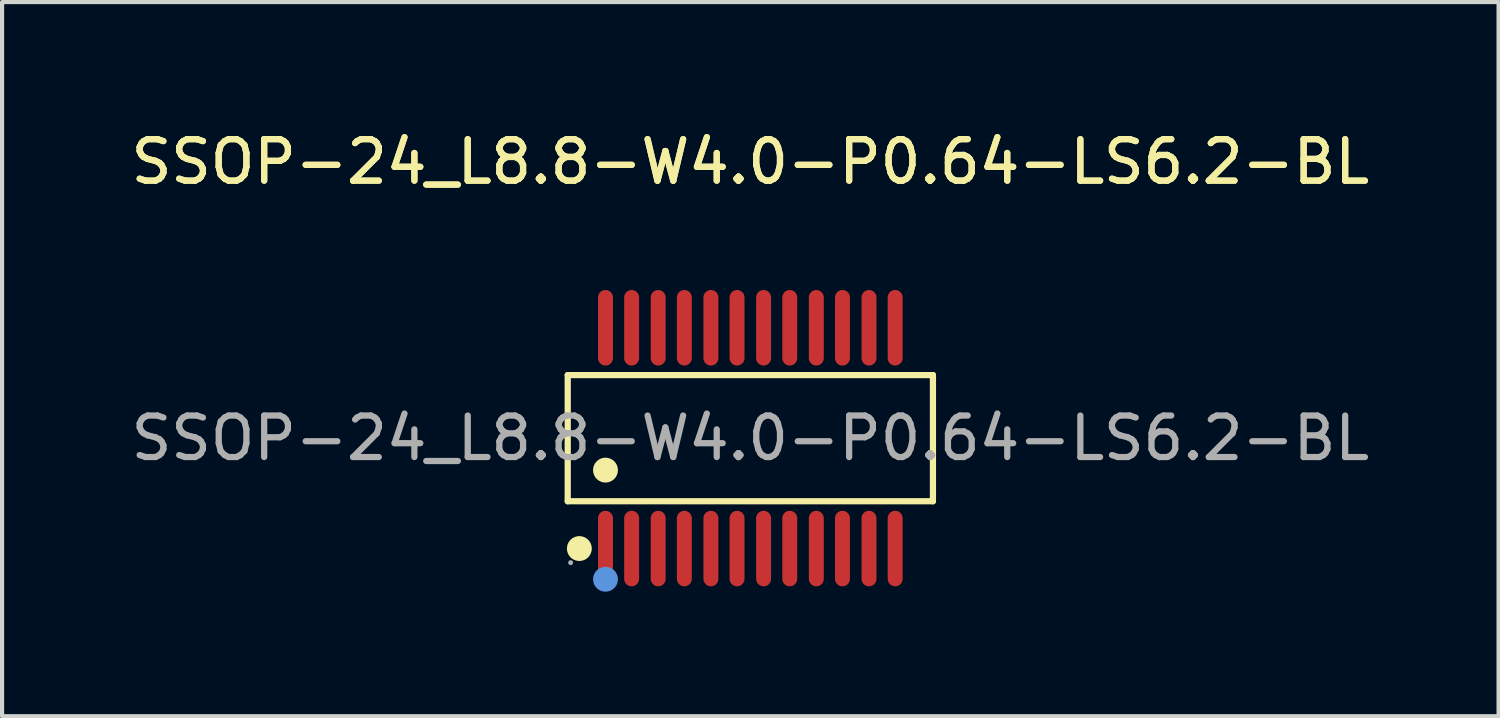
<source format=kicad_pcb>
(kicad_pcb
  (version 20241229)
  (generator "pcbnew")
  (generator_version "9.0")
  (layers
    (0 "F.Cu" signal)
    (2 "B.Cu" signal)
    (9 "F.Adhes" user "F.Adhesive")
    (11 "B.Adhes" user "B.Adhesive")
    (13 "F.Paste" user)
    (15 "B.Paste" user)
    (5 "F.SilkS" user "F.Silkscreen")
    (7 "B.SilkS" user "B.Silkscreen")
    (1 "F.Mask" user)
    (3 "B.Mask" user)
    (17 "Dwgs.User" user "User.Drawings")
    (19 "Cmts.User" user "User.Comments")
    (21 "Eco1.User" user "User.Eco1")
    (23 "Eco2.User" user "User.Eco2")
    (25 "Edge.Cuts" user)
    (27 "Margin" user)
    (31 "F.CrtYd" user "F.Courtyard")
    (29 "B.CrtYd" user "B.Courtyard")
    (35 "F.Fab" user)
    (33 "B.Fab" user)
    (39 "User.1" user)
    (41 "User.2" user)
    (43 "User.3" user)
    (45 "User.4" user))
  (footprint "SSOP-24_L8.8-W4.0-P0.64-LS6.2-BL"
    (layer "F.Cu")
    (at 15.03 7.508)
    (property "Reference" "SSOP-24_L8.8-W4.0-P0.64-LS6.2-BL" (at 0 -6.66 0) (layer "F.SilkS") (effects (font (size 1 1) (thickness 0.15))))
    (attr smd)
    (fp_line (start -4.4 -1.52) (end 4.4 -1.52) (stroke (width 0.15) (type solid)) (layer "F.SilkS"))
    (fp_line (start -4.4 1.52) (end -4.4 -1.52) (stroke (width 0.15) (type solid)) (layer "F.SilkS"))
    (fp_line (start 4.4 -1.52) (end 4.4 1.52) (stroke (width 0.15) (type solid)) (layer "F.SilkS"))
    (fp_line (start 4.4 1.52) (end -4.4 1.52) (stroke (width 0.15) (type solid)) (layer "F.SilkS"))
    (fp_circle (center -4.12 2.66) (end -3.97 2.66) (stroke (width 0.3) (type solid)) (fill no) (layer "F.SilkS"))
    (fp_circle (center -3.49 0.77) (end -3.34 0.77) (stroke (width 0.3) (type solid)) (fill no) (layer "F.SilkS"))
    (fp_circle (center -3.49 3.4) (end -3.34 3.4) (stroke (width 0.3) (type solid)) (fill no) (layer "Cmts.User"))
    (fp_circle (center -4.33 3) (end -4.3 3) (stroke (width 0.06) (type solid)) (fill no) (layer "F.Fab"))
    (fp_text user "${REFERENCE}" (at 0 -6.66 0) (layer "F.SilkS") (effects (font (size 1 1) (thickness 0.15))))
    (fp_text user "${REFERENCE}" (at 0 0 0) (layer "F.Fab") (effects (font (size 1 1) (thickness 0.15))))
    (pad "1" smd oval (at -3.49 2.66) (size 0.36 1.82) (layers "F.Cu" "F.Mask" "F.Paste"))
    (pad "2" smd oval (at -2.86 2.66) (size 0.36 1.82) (layers "F.Cu" "F.Mask" "F.Paste"))
    (pad "3" smd oval (at -2.22 2.66) (size 0.36 1.82) (layers "F.Cu" "F.Mask" "F.Paste"))
    (pad "4" smd oval (at -1.59 2.66) (size 0.36 1.82) (layers "F.Cu" "F.Mask" "F.Paste"))
    (pad "5" smd oval (at -0.95 2.66) (size 0.36 1.82) (layers "F.Cu" "F.Mask" "F.Paste"))
    (pad "6" smd oval (at -0.32 2.66) (size 0.36 1.82) (layers "F.Cu" "F.Mask" "F.Paste"))
    (pad "7" smd oval (at 0.32 2.66) (size 0.36 1.82) (layers "F.Cu" "F.Mask" "F.Paste"))
    (pad "8" smd oval (at 0.95 2.66) (size 0.36 1.82) (layers "F.Cu" "F.Mask" "F.Paste"))
    (pad "9" smd oval (at 1.59 2.66) (size 0.36 1.82) (layers "F.Cu" "F.Mask" "F.Paste"))
    (pad "10" smd oval (at 2.22 2.66) (size 0.36 1.82) (layers "F.Cu" "F.Mask" "F.Paste"))
    (pad "11" smd oval (at 2.86 2.66) (size 0.36 1.82) (layers "F.Cu" "F.Mask" "F.Paste"))
    (pad "12" smd oval (at 3.49 2.66) (size 0.36 1.82) (layers "F.Cu" "F.Mask" "F.Paste"))
    (pad "13" smd oval (at 3.49 -2.66) (size 0.36 1.82) (layers "F.Cu" "F.Mask" "F.Paste"))
    (pad "14" smd oval (at 2.86 -2.66) (size 0.36 1.82) (layers "F.Cu" "F.Mask" "F.Paste"))
    (pad "15" smd oval (at 2.22 -2.66) (size 0.36 1.82) (layers "F.Cu" "F.Mask" "F.Paste"))
    (pad "16" smd oval (at 1.59 -2.66) (size 0.36 1.82) (layers "F.Cu" "F.Mask" "F.Paste"))
    (pad "17" smd oval (at 0.95 -2.66) (size 0.36 1.82) (layers "F.Cu" "F.Mask" "F.Paste"))
    (pad "18" smd oval (at 0.32 -2.66) (size 0.36 1.82) (layers "F.Cu" "F.Mask" "F.Paste"))
    (pad "19" smd oval (at -0.32 -2.66) (size 0.36 1.82) (layers "F.Cu" "F.Mask" "F.Paste"))
    (pad "20" smd oval (at -0.95 -2.66) (size 0.36 1.82) (layers "F.Cu" "F.Mask" "F.Paste"))
    (pad "21" smd oval (at -1.59 -2.66) (size 0.36 1.82) (layers "F.Cu" "F.Mask" "F.Paste"))
    (pad "22" smd oval (at -2.22 -2.66) (size 0.36 1.82) (layers "F.Cu" "F.Mask" "F.Paste"))
    (pad "23" smd oval (at -2.86 -2.66) (size 0.36 1.82) (layers "F.Cu" "F.Mask" "F.Paste"))
    (pad "24" smd oval (at -3.49 -2.66) (size 0.36 1.82) (layers "F.Cu" "F.Mask" "F.Paste")))
  (gr_rect
    (start -3 -3)
    (end 33.06 14.208)
    (stroke (width 0.1) (type default))
    (fill no)
    (layer "Edge.Cuts")))
</source>
